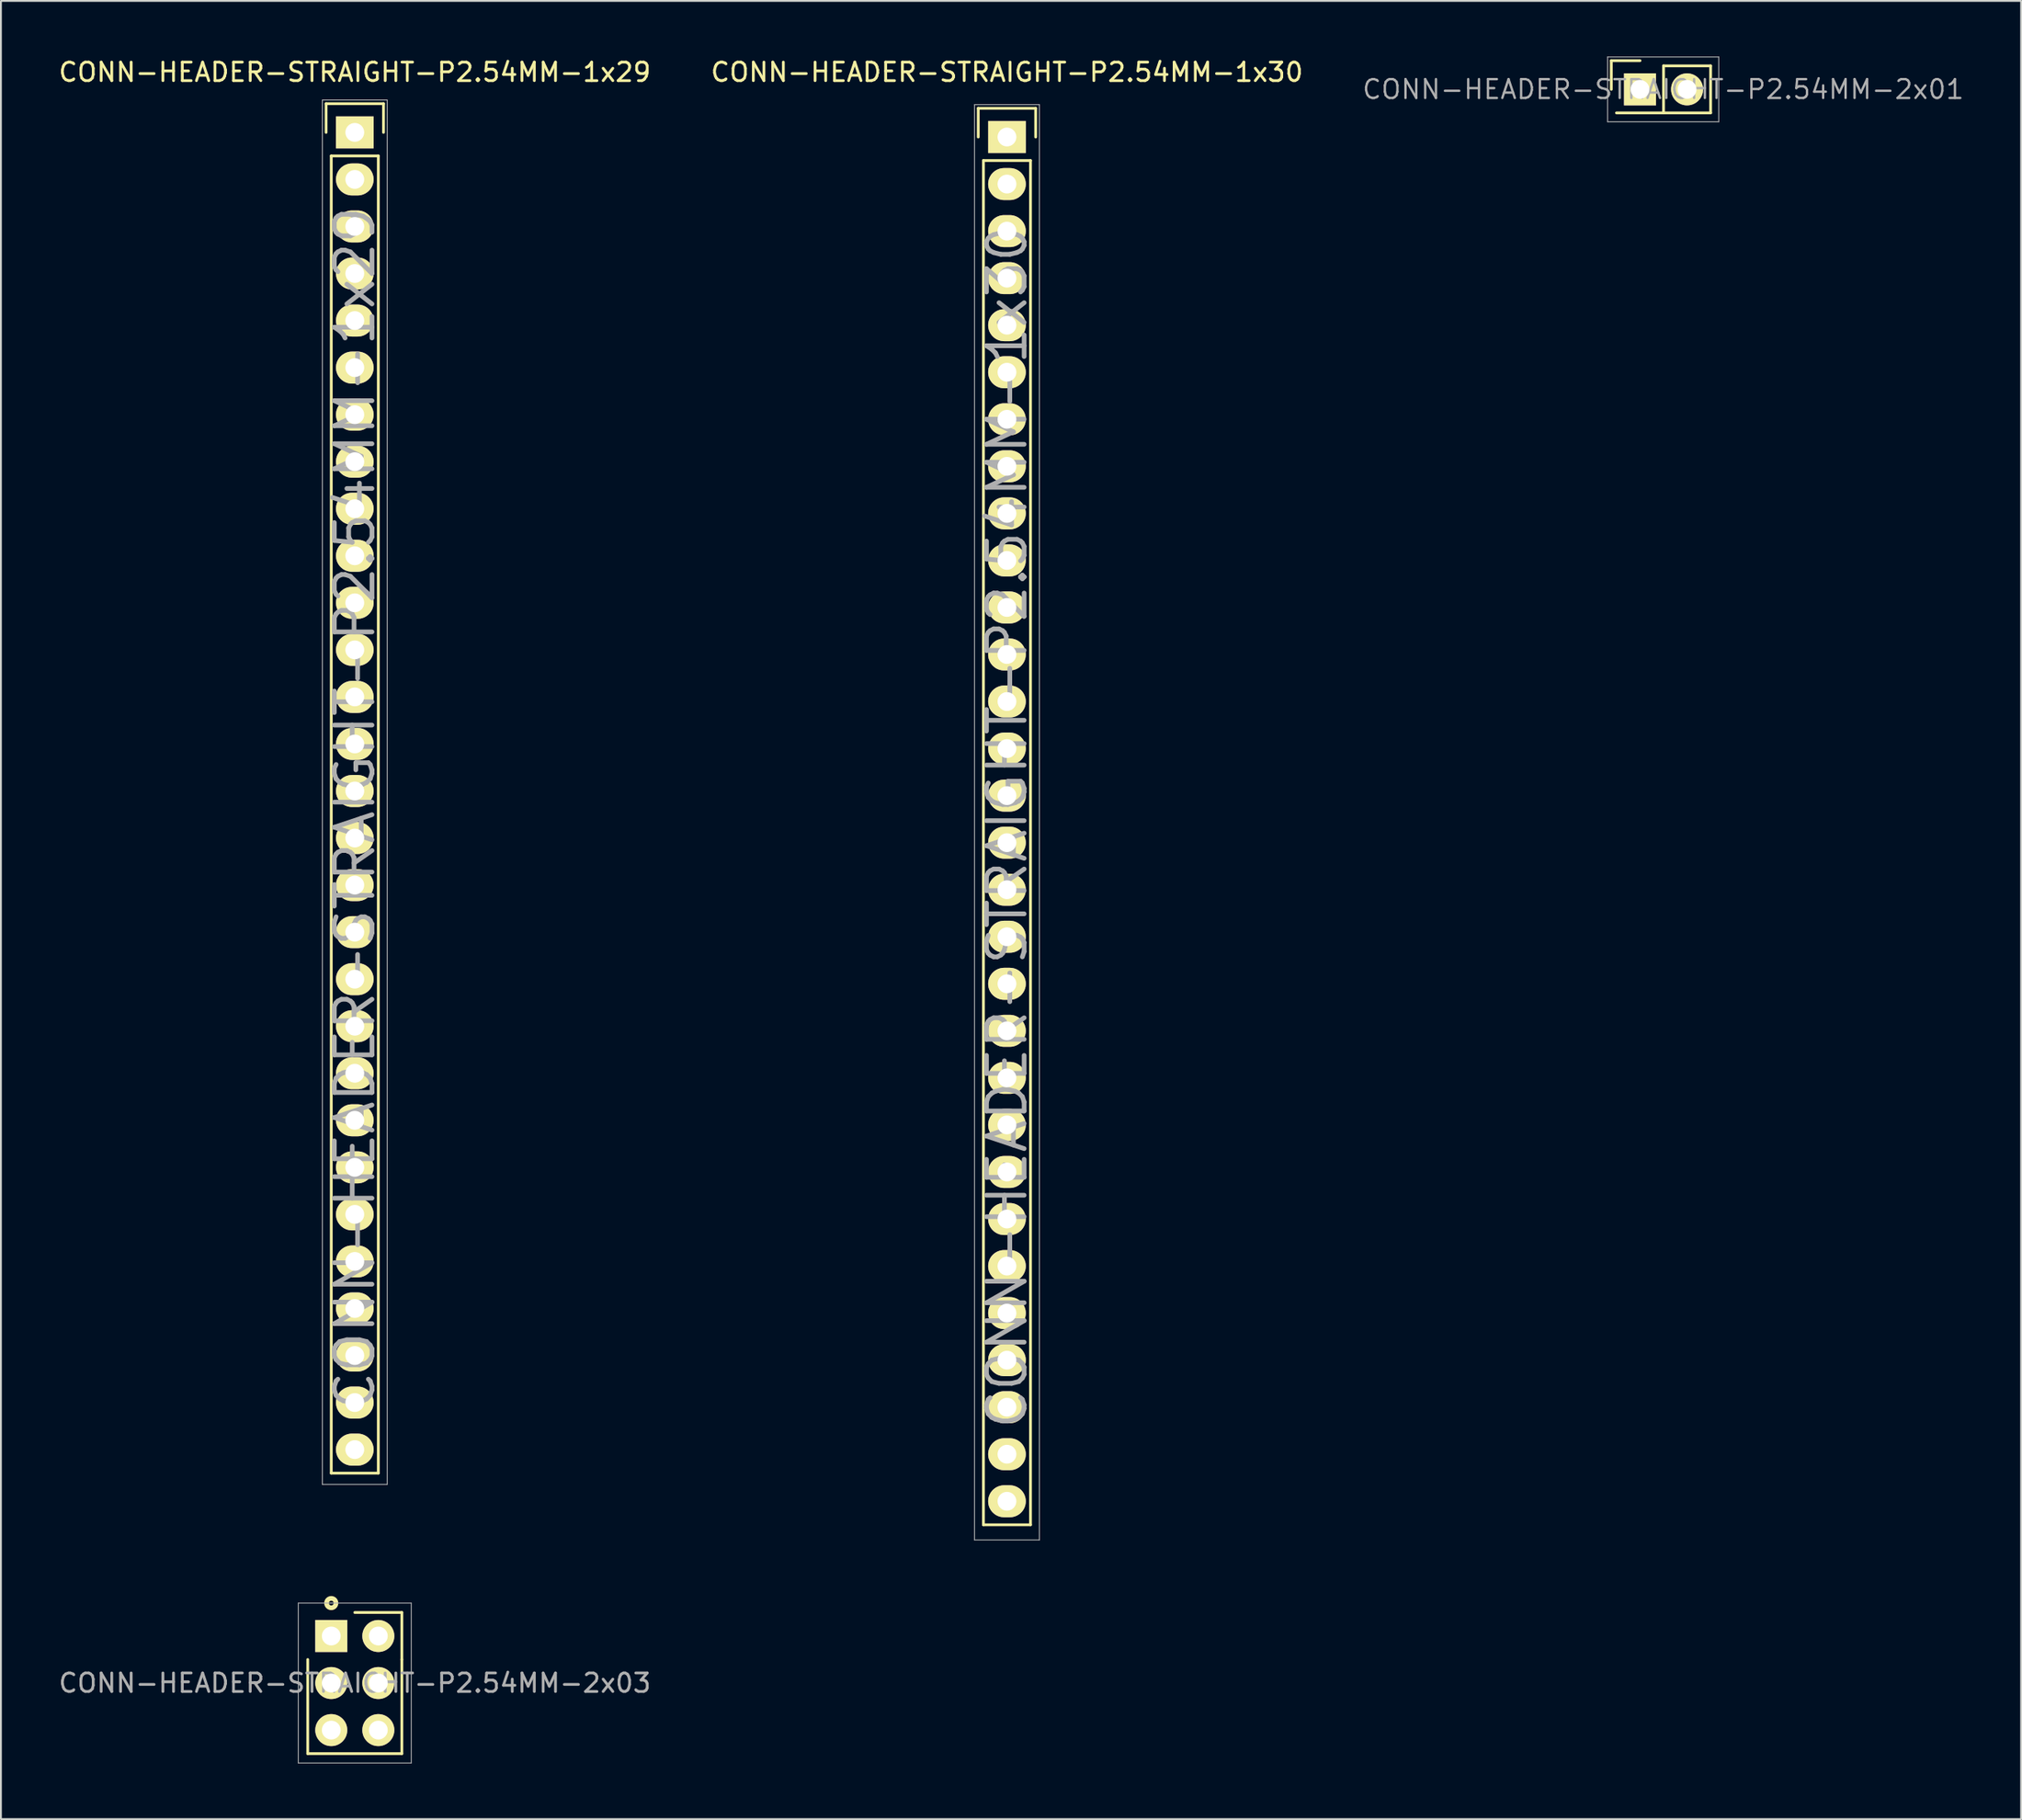
<source format=kicad_pcb>
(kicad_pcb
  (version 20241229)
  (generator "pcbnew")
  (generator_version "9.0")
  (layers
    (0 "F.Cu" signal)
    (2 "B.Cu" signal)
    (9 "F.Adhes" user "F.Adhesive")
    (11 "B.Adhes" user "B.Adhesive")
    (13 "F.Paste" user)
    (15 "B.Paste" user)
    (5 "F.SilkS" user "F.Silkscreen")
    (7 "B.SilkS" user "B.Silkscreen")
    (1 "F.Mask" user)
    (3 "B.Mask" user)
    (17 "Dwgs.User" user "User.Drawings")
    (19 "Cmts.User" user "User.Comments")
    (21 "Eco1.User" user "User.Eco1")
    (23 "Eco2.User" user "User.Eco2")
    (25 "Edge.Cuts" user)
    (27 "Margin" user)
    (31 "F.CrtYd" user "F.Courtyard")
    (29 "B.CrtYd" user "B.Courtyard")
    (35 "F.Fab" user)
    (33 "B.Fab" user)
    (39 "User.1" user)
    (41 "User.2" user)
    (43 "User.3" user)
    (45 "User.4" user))
  (footprint "CONN-HEADER-STRAIGHT-P2.54MM-1x29"
    (layer "F.Cu")
    (at 16.101 4.098)
    (property "Reference" "CONN-HEADER-STRAIGHT-P2.54MM-1x29" (at 0 36.5 90) (layer "F.Fab") (effects (font (size 2.032 2.032) (thickness 0.254))))
    (attr smd)
    (fp_line (start -1.55 -1.55) (end 1.55 -1.55) (stroke (width 0.15) (type solid)) (layer "F.SilkS"))
    (fp_line (start -1.55 0) (end -1.55 -1.55) (stroke (width 0.15) (type solid)) (layer "F.SilkS"))
    (fp_line (start -1.27 1.27) (end -1.27 72.39) (stroke (width 0.15) (type solid)) (layer "F.SilkS"))
    (fp_line (start -1.27 72.39) (end 1.27 72.39) (stroke (width 0.15) (type solid)) (layer "F.SilkS"))
    (fp_line (start 1.27 1.27) (end -1.27 1.27) (stroke (width 0.15) (type solid)) (layer "F.SilkS"))
    (fp_line (start 1.27 72.39) (end 1.27 1.27) (stroke (width 0.15) (type solid)) (layer "F.SilkS"))
    (fp_line (start 1.55 -1.55) (end 1.55 0) (stroke (width 0.15) (type solid)) (layer "F.SilkS"))
    (fp_line (start -1.75 -1.75) (end 1.75 -1.75) (stroke (width 0.051) (type solid)) (layer "F.Fab"))
    (fp_line (start -1.75 73) (end -1.75 -1.75) (stroke (width 0.051) (type solid)) (layer "F.Fab"))
    (fp_line (start 1.75 -1.75) (end 1.75 73) (stroke (width 0.051) (type solid)) (layer "F.Fab"))
    (fp_line (start 1.75 73) (end -1.75 73) (stroke (width 0.051) (type solid)) (layer "F.Fab"))
    (fp_text user "${REFERENCE}" (at 0 -3.25 0) (layer "F.SilkS") (effects (font (size 1 1) (thickness 0.15))))
    (pad "1" thru_hole rect (at 0 0) (size 2.032 1.727) (drill 1.016) (layers "*.Cu" "*.Mask" "F.SilkS"))
    (pad "2" thru_hole oval (at 0 2.54) (size 2.032 1.727) (drill 1.016) (layers "*.Cu" "*.Mask" "F.SilkS"))
    (pad "3" thru_hole oval (at 0 5.08) (size 2.032 1.727) (drill 1.016) (layers "*.Cu" "*.Mask" "F.SilkS"))
    (pad "4" thru_hole oval (at 0 7.62) (size 2.032 1.727) (drill 1.016) (layers "*.Cu" "*.Mask" "F.SilkS"))
    (pad "5" thru_hole oval (at 0 10.16) (size 2.032 1.727) (drill 1.016) (layers "*.Cu" "*.Mask" "F.SilkS"))
    (pad "6" thru_hole oval (at 0 12.7) (size 2.032 1.727) (drill 1.016) (layers "*.Cu" "*.Mask" "F.SilkS"))
    (pad "7" thru_hole oval (at 0 15.24) (size 2.032 1.727) (drill 1.016) (layers "*.Cu" "*.Mask" "F.SilkS"))
    (pad "8" thru_hole oval (at 0 17.78) (size 2.032 1.727) (drill 1.016) (layers "*.Cu" "*.Mask" "F.SilkS"))
    (pad "9" thru_hole oval (at 0 20.32) (size 2.032 1.727) (drill 1.016) (layers "*.Cu" "*.Mask" "F.SilkS"))
    (pad "10" thru_hole oval (at 0 22.86) (size 2.032 1.727) (drill 1.016) (layers "*.Cu" "*.Mask" "F.SilkS"))
    (pad "11" thru_hole oval (at 0 25.4) (size 2.032 1.727) (drill 1.016) (layers "*.Cu" "*.Mask" "F.SilkS"))
    (pad "12" thru_hole oval (at 0 27.94) (size 2.032 1.727) (drill 1.016) (layers "*.Cu" "*.Mask" "F.SilkS"))
    (pad "13" thru_hole oval (at 0 30.48) (size 2.032 1.727) (drill 1.016) (layers "*.Cu" "*.Mask" "F.SilkS"))
    (pad "14" thru_hole oval (at 0 33.02) (size 2.032 1.727) (drill 1.016) (layers "*.Cu" "*.Mask" "F.SilkS"))
    (pad "15" thru_hole oval (at 0 35.56) (size 2.032 1.727) (drill 1.016) (layers "*.Cu" "*.Mask" "F.SilkS"))
    (pad "16" thru_hole oval (at 0 38.1) (size 2.032 1.727) (drill 1.016) (layers "*.Cu" "*.Mask" "F.SilkS"))
    (pad "17" thru_hole oval (at 0 40.64) (size 2.032 1.727) (drill 1.016) (layers "*.Cu" "*.Mask" "F.SilkS"))
    (pad "18" thru_hole oval (at 0 43.18) (size 2.032 1.727) (drill 1.016) (layers "*.Cu" "*.Mask" "F.SilkS"))
    (pad "19" thru_hole oval (at 0 45.72) (size 2.032 1.727) (drill 1.016) (layers "*.Cu" "*.Mask" "F.SilkS"))
    (pad "20" thru_hole oval (at 0 48.26) (size 2.032 1.727) (drill 1.016) (layers "*.Cu" "*.Mask" "F.SilkS"))
    (pad "21" thru_hole oval (at 0 50.8) (size 2.032 1.727) (drill 1.016) (layers "*.Cu" "*.Mask" "F.SilkS"))
    (pad "22" thru_hole oval (at 0 53.34) (size 2.032 1.727) (drill 1.016) (layers "*.Cu" "*.Mask" "F.SilkS"))
    (pad "23" thru_hole oval (at 0 55.88) (size 2.032 1.727) (drill 1.016) (layers "*.Cu" "*.Mask" "F.SilkS"))
    (pad "24" thru_hole oval (at 0 58.42) (size 2.032 1.727) (drill 1.016) (layers "*.Cu" "*.Mask" "F.SilkS"))
    (pad "25" thru_hole oval (at 0 60.96) (size 2.032 1.727) (drill 1.016) (layers "*.Cu" "*.Mask" "F.SilkS"))
    (pad "26" thru_hole oval (at 0 63.5) (size 2.032 1.727) (drill 1.016) (layers "*.Cu" "*.Mask" "F.SilkS"))
    (pad "27" thru_hole oval (at 0 66.04) (size 2.032 1.727) (drill 1.016) (layers "*.Cu" "*.Mask" "F.SilkS"))
    (pad "28" thru_hole oval (at 0 68.58) (size 2.032 1.727) (drill 1.016) (layers "*.Cu" "*.Mask" "F.SilkS"))
    (pad "29" thru_hole oval (at 0 71.12) (size 2.032 1.727) (drill 1.016) (layers "*.Cu" "*.Mask" "F.SilkS")))
  (footprint "CONN-HEADER-STRAIGHT-P2.54MM-2x01"
    (layer "F.Cu")
    (at 85.475 1.775)
    (property "Reference" "CONN-HEADER-STRAIGHT-P2.54MM-2x01" (at 1.25 0 0) (layer "F.Fab") (effects (font (size 1.016 1.016) (thickness 0.127))))
    (attr smd)
    (fp_line (start -1.55 0) (end -1.55 -1.55) (stroke (width 0.15) (type solid)) (layer "F.SilkS"))
    (fp_line (start -1.27 1.27) (end 1.27 1.27) (stroke (width 0.15) (type solid)) (layer "F.SilkS"))
    (fp_line (start 0 -1.55) (end -1.55 -1.55) (stroke (width 0.15) (type solid)) (layer "F.SilkS"))
    (fp_line (start 1.27 -1.27) (end 1.27 1.27) (stroke (width 0.15) (type solid)) (layer "F.SilkS"))
    (fp_line (start 1.27 1.27) (end 3.81 1.27) (stroke (width 0.15) (type solid)) (layer "F.SilkS"))
    (fp_line (start 3.81 -1.27) (end 1.27 -1.27) (stroke (width 0.15) (type solid)) (layer "F.SilkS"))
    (fp_line (start 3.81 1.27) (end 3.81 -1.27) (stroke (width 0.15) (type solid)) (layer "F.SilkS"))
    (fp_line (start -1.75 -1.75) (end 4.25 -1.75) (stroke (width 0.051) (type solid)) (layer "F.Fab"))
    (fp_line (start -1.75 1.75) (end -1.75 -1.75) (stroke (width 0.051) (type solid)) (layer "F.Fab"))
    (fp_line (start 4.25 -1.75) (end 4.25 1.75) (stroke (width 0.051) (type solid)) (layer "F.Fab"))
    (fp_line (start 4.25 1.75) (end -1.75 1.75) (stroke (width 0.051) (type solid)) (layer "F.Fab"))
    (pad "1" thru_hole rect (at 0 0) (size 1.727 1.727) (drill 1.016) (layers "*.Cu" "*.Mask" "F.SilkS"))
    (pad "2" thru_hole oval (at 2.54 0) (size 1.727 1.727) (drill 1.016) (layers "*.Cu" "*.Mask" "F.SilkS")))
  (footprint "CONN-HEADER-STRAIGHT-P2.54MM-2x03"
    (layer "F.Cu")
    (at 14.831 85.283)
    (property "Reference" "CONN-HEADER-STRAIGHT-P2.54MM-2x03" (at 1.27 2.54 0) (layer "F.Fab") (effects (font (size 1 1) (thickness 0.15))))
    (attr smd)
    (fp_line (start -1.27 1.27) (end -1.27 6.35) (stroke (width 0.15) (type solid)) (layer "F.SilkS"))
    (fp_line (start -1.27 6.35) (end 3.81 6.35) (stroke (width 0.15) (type solid)) (layer "F.SilkS"))
    (fp_line (start 3.81 -1.27) (end 1.27 -1.27) (stroke (width 0.15) (type solid)) (layer "F.SilkS"))
    (fp_line (start 3.81 1.27) (end 3.81 -1.27) (stroke (width 0.15) (type solid)) (layer "F.SilkS"))
    (fp_line (start 3.81 6.35) (end 3.81 1.27) (stroke (width 0.15) (type solid)) (layer "F.SilkS"))
    (fp_circle (center 0 -1.778) (end 0.254 -1.778) (stroke (width 0.254) (type solid)) (fill no) (layer "F.SilkS"))
    (fp_line (start -1.778 -1.778) (end -1.778 6.858) (stroke (width 0.05) (type solid)) (layer "F.Fab"))
    (fp_line (start -1.778 6.858) (end 4.318 6.858) (stroke (width 0.05) (type solid)) (layer "F.Fab"))
    (fp_line (start 4.318 -1.778) (end -1.778 -1.778) (stroke (width 0.05) (type solid)) (layer "F.Fab"))
    (fp_line (start 4.318 6.858) (end 4.318 -1.778) (stroke (width 0.05) (type solid)) (layer "F.Fab"))
    (fp_circle (center 0 0) (end 0 0.254) (stroke (width 0.2) (type solid)) (fill no) (layer "F.Fab"))
    (pad "1" thru_hole rect (at 0 0) (size 1.727 1.727) (drill 1.016) (layers "*.Cu" "*.Mask" "F.SilkS"))
    (pad "2" thru_hole oval (at 2.54 0) (size 1.727 1.727) (drill 1.016) (layers "*.Cu" "*.Mask" "F.SilkS"))
    (pad "3" thru_hole oval (at 0 2.54) (size 1.727 1.727) (drill 1.016) (layers "*.Cu" "*.Mask" "F.SilkS"))
    (pad "4" thru_hole oval (at 2.54 2.54) (size 1.727 1.727) (drill 1.016) (layers "*.Cu" "*.Mask" "F.SilkS"))
    (pad "5" thru_hole oval (at 0 5.08) (size 1.727 1.727) (drill 1.016) (layers "*.Cu" "*.Mask" "F.SilkS"))
    (pad "6" thru_hole oval (at 2.54 5.08) (size 1.727 1.727) (drill 1.016) (layers "*.Cu" "*.Mask" "F.SilkS")))
  (footprint "CONN-HEADER-STRAIGHT-P2.54MM-1x30"
    (layer "F.Cu")
    (at 51.304 4.348)
    (property "Reference" "CONN-HEADER-STRAIGHT-P2.54MM-1x30" (at 0 37.25 90) (layer "F.Fab") (effects (font (size 2.032 2.032) (thickness 0.254))))
    (attr smd)
    (fp_line (start -1.55 -1.55) (end 1.55 -1.55) (stroke (width 0.15) (type solid)) (layer "F.SilkS"))
    (fp_line (start -1.55 0) (end -1.55 -1.55) (stroke (width 0.15) (type solid)) (layer "F.SilkS"))
    (fp_line (start -1.27 1.27) (end -1.27 74.93) (stroke (width 0.15) (type solid)) (layer "F.SilkS"))
    (fp_line (start -1.27 74.93) (end 1.27 74.93) (stroke (width 0.15) (type solid)) (layer "F.SilkS"))
    (fp_line (start 1.27 1.27) (end -1.27 1.27) (stroke (width 0.15) (type solid)) (layer "F.SilkS"))
    (fp_line (start 1.27 74.93) (end 1.27 1.27) (stroke (width 0.15) (type solid)) (layer "F.SilkS"))
    (fp_line (start 1.55 -1.55) (end 1.55 0) (stroke (width 0.15) (type solid)) (layer "F.SilkS"))
    (fp_line (start -1.75 -1.75) (end 1.75 -1.75) (stroke (width 0.051) (type solid)) (layer "F.Fab"))
    (fp_line (start -1.75 75.75) (end -1.75 -1.75) (stroke (width 0.051) (type solid)) (layer "F.Fab"))
    (fp_line (start 1.75 -1.75) (end 1.75 75.75) (stroke (width 0.051) (type solid)) (layer "F.Fab"))
    (fp_line (start 1.75 75.75) (end -1.75 75.75) (stroke (width 0.051) (type solid)) (layer "F.Fab"))
    (fp_text user "${REFERENCE}" (at 0 -3.5 0) (layer "F.SilkS") (effects (font (size 1 1) (thickness 0.15))))
    (pad "1" thru_hole rect (at 0 0) (size 2.032 1.727) (drill 1.016) (layers "*.Cu" "*.Mask" "F.SilkS"))
    (pad "2" thru_hole oval (at 0 2.54) (size 2.032 1.727) (drill 1.016) (layers "*.Cu" "*.Mask" "F.SilkS"))
    (pad "3" thru_hole oval (at 0 5.08) (size 2.032 1.727) (drill 1.016) (layers "*.Cu" "*.Mask" "F.SilkS"))
    (pad "4" thru_hole oval (at 0 7.62) (size 2.032 1.727) (drill 1.016) (layers "*.Cu" "*.Mask" "F.SilkS"))
    (pad "5" thru_hole oval (at 0 10.16) (size 2.032 1.727) (drill 1.016) (layers "*.Cu" "*.Mask" "F.SilkS"))
    (pad "6" thru_hole oval (at 0 12.7) (size 2.032 1.727) (drill 1.016) (layers "*.Cu" "*.Mask" "F.SilkS"))
    (pad "7" thru_hole oval (at 0 15.24) (size 2.032 1.727) (drill 1.016) (layers "*.Cu" "*.Mask" "F.SilkS"))
    (pad "8" thru_hole oval (at 0 17.78) (size 2.032 1.727) (drill 1.016) (layers "*.Cu" "*.Mask" "F.SilkS"))
    (pad "9" thru_hole oval (at 0 20.32) (size 2.032 1.727) (drill 1.016) (layers "*.Cu" "*.Mask" "F.SilkS"))
    (pad "10" thru_hole oval (at 0 22.86) (size 2.032 1.727) (drill 1.016) (layers "*.Cu" "*.Mask" "F.SilkS"))
    (pad "11" thru_hole oval (at 0 25.4) (size 2.032 1.727) (drill 1.016) (layers "*.Cu" "*.Mask" "F.SilkS"))
    (pad "12" thru_hole oval (at 0 27.94) (size 2.032 1.727) (drill 1.016) (layers "*.Cu" "*.Mask" "F.SilkS"))
    (pad "13" thru_hole oval (at 0 30.48) (size 2.032 1.727) (drill 1.016) (layers "*.Cu" "*.Mask" "F.SilkS"))
    (pad "14" thru_hole oval (at 0 33.02) (size 2.032 1.727) (drill 1.016) (layers "*.Cu" "*.Mask" "F.SilkS"))
    (pad "15" thru_hole oval (at 0 35.56) (size 2.032 1.727) (drill 1.016) (layers "*.Cu" "*.Mask" "F.SilkS"))
    (pad "16" thru_hole oval (at 0 38.1) (size 2.032 1.727) (drill 1.016) (layers "*.Cu" "*.Mask" "F.SilkS"))
    (pad "17" thru_hole oval (at 0 40.64) (size 2.032 1.727) (drill 1.016) (layers "*.Cu" "*.Mask" "F.SilkS"))
    (pad "18" thru_hole oval (at 0 43.18) (size 2.032 1.727) (drill 1.016) (layers "*.Cu" "*.Mask" "F.SilkS"))
    (pad "19" thru_hole oval (at 0 45.72) (size 2.032 1.727) (drill 1.016) (layers "*.Cu" "*.Mask" "F.SilkS"))
    (pad "20" thru_hole oval (at 0 48.26) (size 2.032 1.727) (drill 1.016) (layers "*.Cu" "*.Mask" "F.SilkS"))
    (pad "21" thru_hole oval (at 0 50.8) (size 2.032 1.727) (drill 1.016) (layers "*.Cu" "*.Mask" "F.SilkS"))
    (pad "22" thru_hole oval (at 0 53.34) (size 2.032 1.727) (drill 1.016) (layers "*.Cu" "*.Mask" "F.SilkS"))
    (pad "23" thru_hole oval (at 0 55.88) (size 2.032 1.727) (drill 1.016) (layers "*.Cu" "*.Mask" "F.SilkS"))
    (pad "24" thru_hole oval (at 0 58.42) (size 2.032 1.727) (drill 1.016) (layers "*.Cu" "*.Mask" "F.SilkS"))
    (pad "25" thru_hole oval (at 0 60.96) (size 2.032 1.727) (drill 1.016) (layers "*.Cu" "*.Mask" "F.SilkS"))
    (pad "26" thru_hole oval (at 0 63.5) (size 2.032 1.727) (drill 1.016) (layers "*.Cu" "*.Mask" "F.SilkS"))
    (pad "27" thru_hole oval (at 0 66.04) (size 2.032 1.727) (drill 1.016) (layers "*.Cu" "*.Mask" "F.SilkS"))
    (pad "28" thru_hole oval (at 0 68.58) (size 2.032 1.727) (drill 1.016) (layers "*.Cu" "*.Mask" "F.SilkS"))
    (pad "29" thru_hole oval (at 0 71.12) (size 2.032 1.727) (drill 1.016) (layers "*.Cu" "*.Mask" "F.SilkS"))
    (pad "30" thru_hole oval (at 0 73.66) (size 2.032 1.727) (drill 1.016) (layers "*.Cu" "*.Mask" "F.SilkS")))
  (gr_rect
    (start -3 -3)
    (end 106.046 95.166)
    (stroke (width 0.1) (type default))
    (fill no)
    (layer "Edge.Cuts")))
</source>
